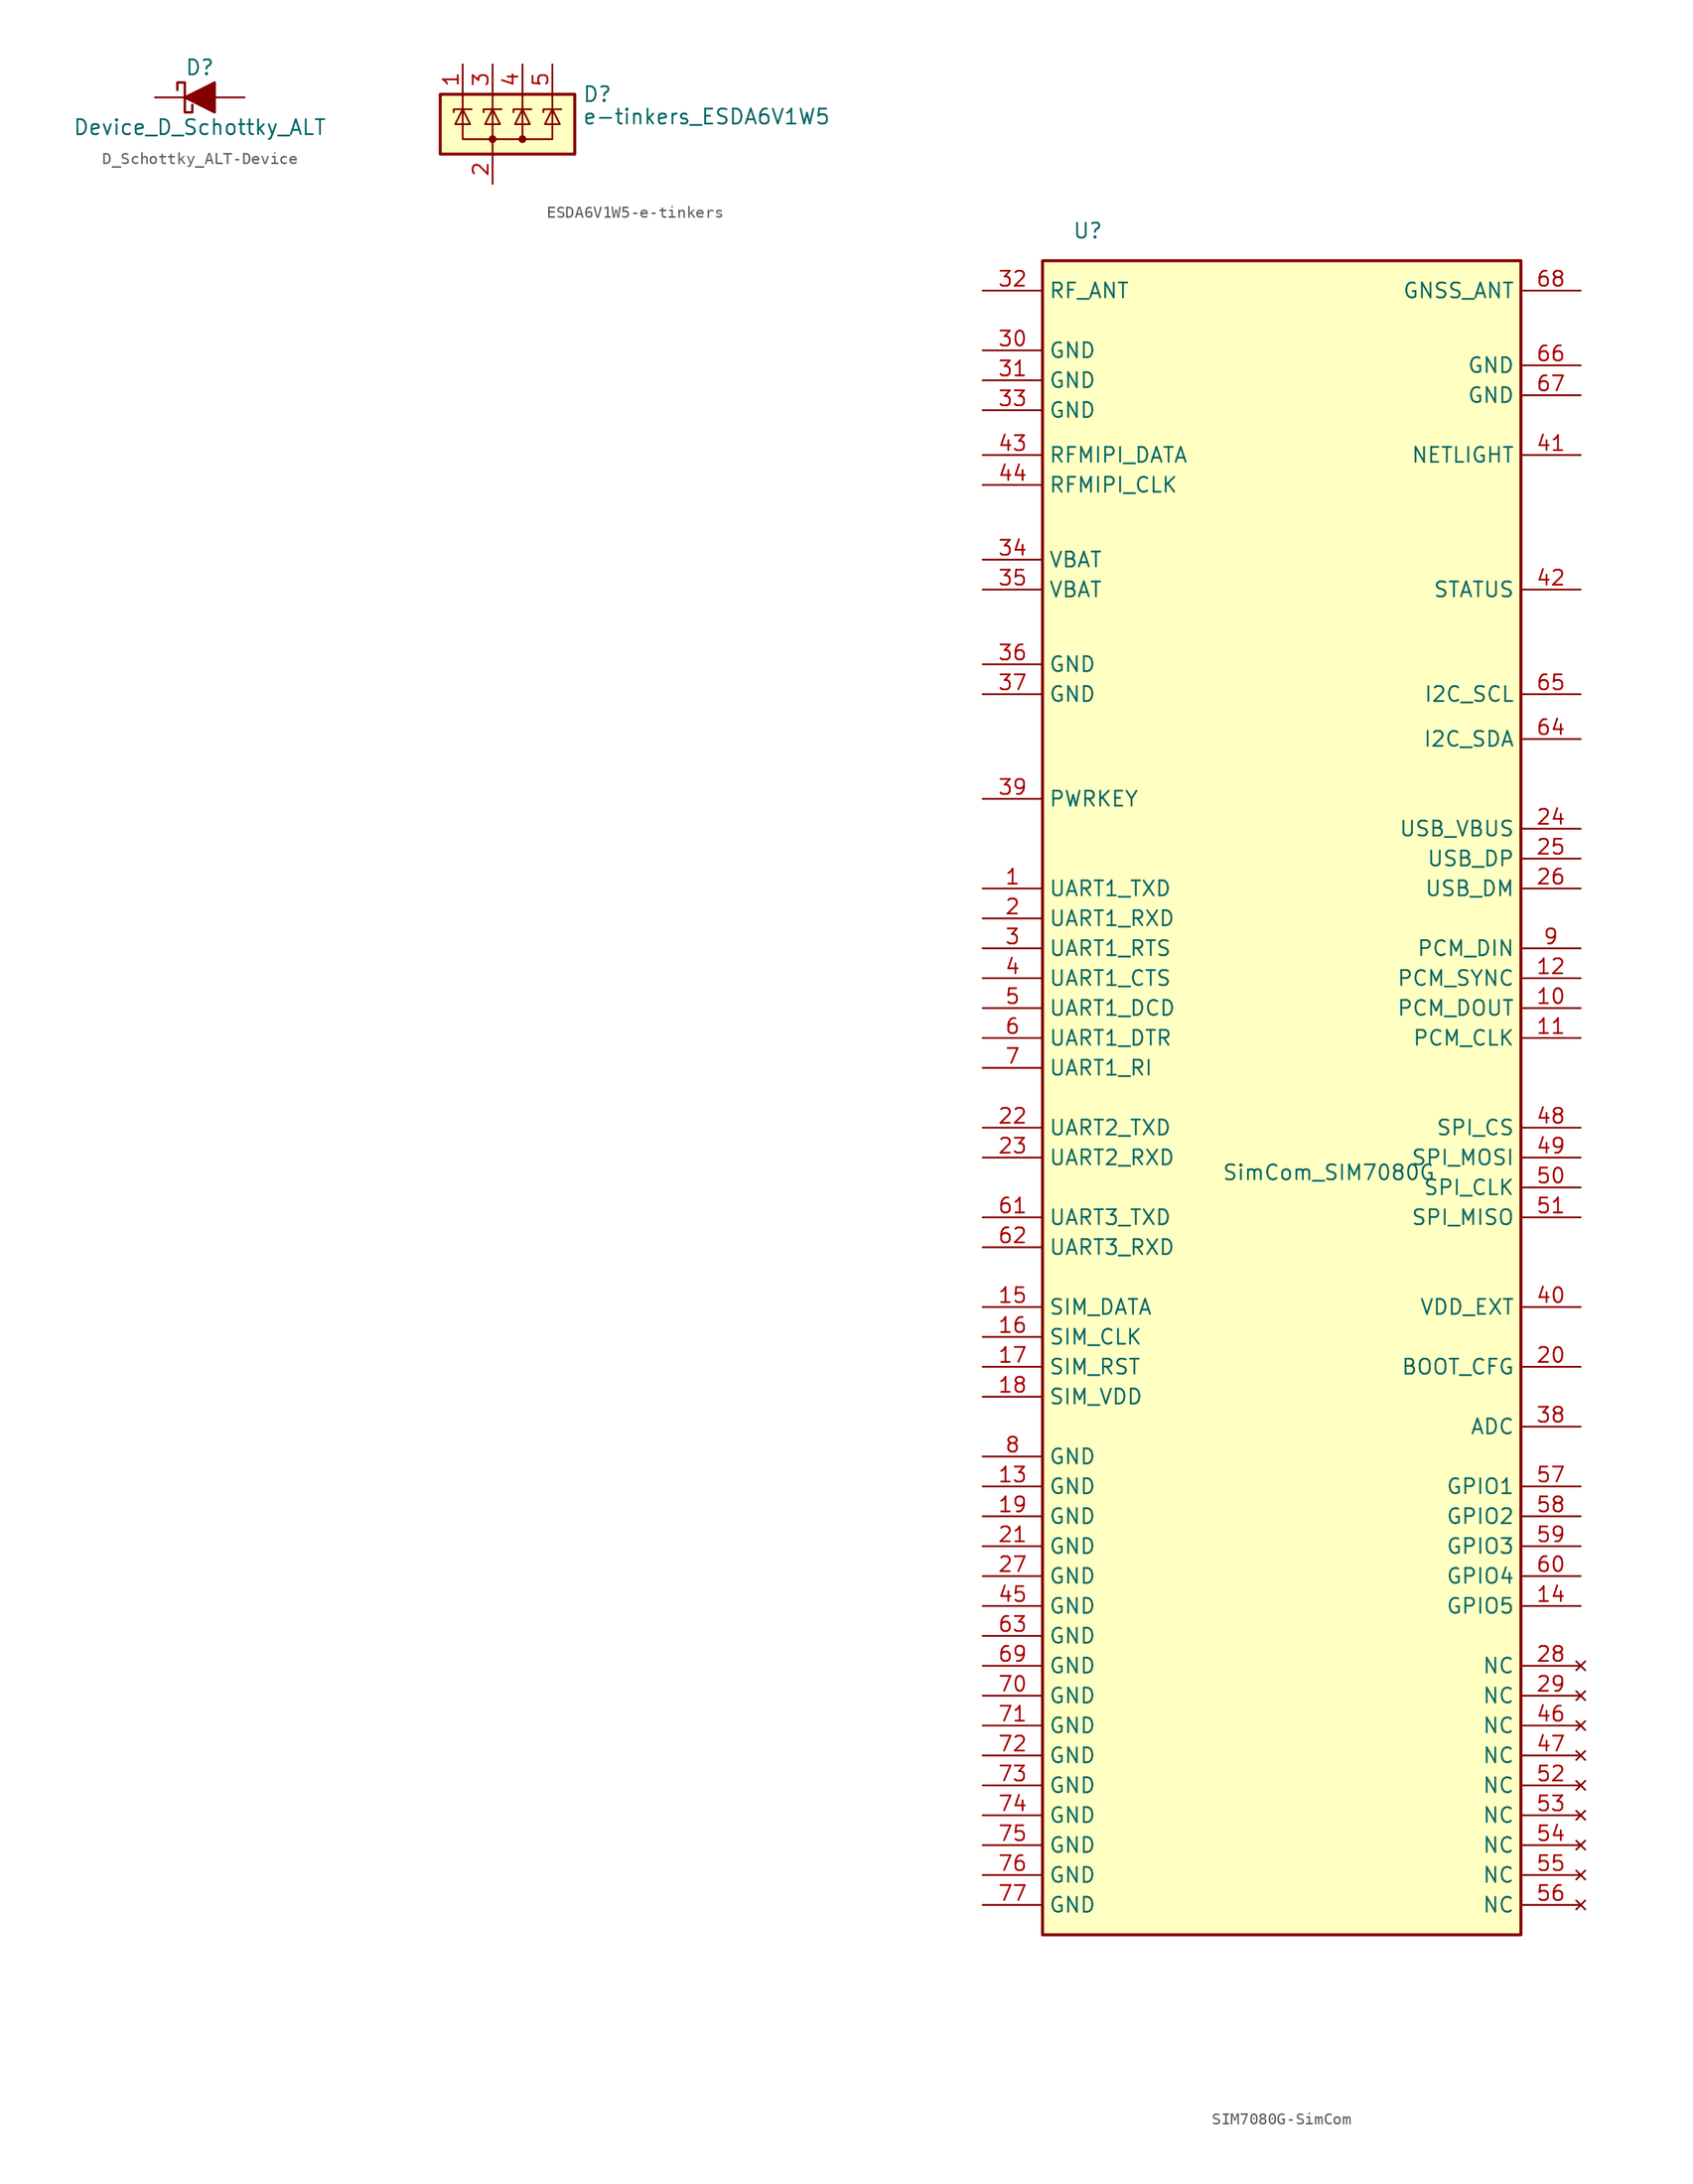
<source format=kicad_sym>
(kicad_symbol_lib
  (version 20220914)
  (generator kicad_symbol_editor)
  (symbol "D_Schottky_ALT-Device"
    (pin_numbers hide)
    (pin_names
      (offset 1.016) hide)
    (property "Reference" "D"
      (at 0 2.54 0)
      (effects (font (size 1.27 1.27))))
    (property "Value" "Device_D_Schottky_ALT"
      (at 0 -2.54 0)
      (effects (font (size 1.27 1.27))))
    (symbol "D_Schottky_ALT-Device_0_1"
      (polyline (pts (xy 1.27 0) (xy -1.27 0)) (stroke (width 0) (type solid)) (fill (type none)))
      (polyline (pts (xy 1.27 1.27) (xy 1.27 -1.27) (xy -1.27 0) (xy 1.27 1.27)) (stroke (width 0.203) (type solid)) (fill (type outline)))
      (polyline (pts (xy -1.905 0.635) (xy -1.905 1.27) (xy -1.27 1.27) (xy -1.27 -1.27) (xy -0.635 -1.27) (xy -0.635 -0.635)) (stroke (width 0.203) (type solid)) (fill (type none))))
    (symbol "D_Schottky_ALT-Device_1_1"
      (pin passive line (at -3.81 0 0) (length 2.54) (name "K" (effects (font (size 1.27 1.27)))) (number "1" (effects (font (size 1.27 1.27)))))
      (pin passive line (at 3.81 0 180) (length 2.54) (name "A" (effects (font (size 1.27 1.27)))) (number "2" (effects (font (size 1.27 1.27)))))))
  (symbol "ESDA6V1W5-e-tinkers"
    (pin_names hide)
    (property "Reference" "D"
      (at 7.62 2.54 0)
      (effects (font (size 1.27 1.27)) (justify left)))
    (property "Value" "e-tinkers_ESDA6V1W5"
      (at 7.62 0.635 0)
      (effects (font (size 1.27 1.27)) (justify left)))
    (symbol "ESDA6V1W5-e-tinkers_0_0"
      (pin passive line (at 0 -5.08 90) (length 2.54) (name "A" (effects (font (size 1.27 1.27)))) (number "2" (effects (font (size 1.27 1.27))))))
    (symbol "ESDA6V1W5-e-tinkers_0_1"
      (rectangle (start -4.445 2.54) (end 6.985 -2.54) (stroke (width 0.254) (type solid)) (fill (type background)))
      (circle (center 0 -1.27) (radius 0.254) (stroke (width 0) (type solid)) (fill (type outline)))
      (polyline (pts (xy -2.54 2.54) (xy -2.54 1.27)) (stroke (width 0) (type solid)) (fill (type none)))
      (polyline (pts (xy 0 -1.27) (xy 0 -2.54)) (stroke (width 0) (type solid)) (fill (type none)))
      (polyline (pts (xy 0 -1.27) (xy 0 1.27)) (stroke (width 0) (type solid)) (fill (type none)))
      (polyline (pts (xy 0 2.54) (xy 0 1.27)) (stroke (width 0) (type solid)) (fill (type none)))
      (polyline (pts (xy 2.54 2.54) (xy 2.54 1.27)) (stroke (width 0) (type solid)) (fill (type none)))
      (polyline (pts (xy 5.08 2.54) (xy 5.08 1.27)) (stroke (width 0) (type solid)) (fill (type none)))
      (polyline (pts (xy -3.302 1.016) (xy -3.302 1.27) (xy -1.778 1.27)) (stroke (width 0) (type solid)) (fill (type none)))
      (polyline (pts (xy 0.762 1.27) (xy -0.762 1.27) (xy -0.762 1.016)) (stroke (width 0) (type solid)) (fill (type none)))
      (polyline (pts (xy 5.08 1.27) (xy 5.08 -1.27) (xy 2.54 -1.27)) (stroke (width 0) (type solid)) (fill (type none)))
      (polyline (pts (xy -2.54 1.27) (xy -2.54 -1.27) (xy 2.54 -1.27) (xy 2.54 1.27)) (stroke (width 0) (type solid)) (fill (type none)))
      (polyline (pts (xy -2.54 1.27) (xy -1.905 0) (xy -3.175 0) (xy -2.54 1.27)) (stroke (width 0) (type solid)) (fill (type none)))
      (polyline (pts (xy 0.635 0) (xy -0.635 0) (xy 0 1.27) (xy 0.635 0)) (stroke (width 0) (type solid)) (fill (type none)))
      (polyline (pts (xy 1.778 1.016) (xy 1.778 1.27) (xy 3.175 1.27) (xy 3.302 1.27)) (stroke (width 0) (type solid)) (fill (type none)))
      (polyline (pts (xy 2.54 1.27) (xy 1.905 0) (xy 3.175 0) (xy 2.54 1.27)) (stroke (width 0) (type solid)) (fill (type none)))
      (polyline (pts (xy 4.318 1.016) (xy 4.318 1.27) (xy 5.715 1.27) (xy 5.842 1.27)) (stroke (width 0) (type solid)) (fill (type none)))
      (polyline (pts (xy 5.08 1.27) (xy 4.445 0) (xy 5.715 0) (xy 5.08 1.27)) (stroke (width 0) (type solid)) (fill (type none)))
      (circle (center 2.54 -1.27) (radius 0.254) (stroke (width 0) (type solid)) (fill (type outline))))
    (symbol "ESDA6V1W5-e-tinkers_1_1"
      (pin passive line (at -2.54 5.08 270) (length 2.54) (name "K" (effects (font (size 1.27 1.27)))) (number "1" (effects (font (size 1.27 1.27)))))
      (pin passive line (at 0 5.08 270) (length 2.54) (name "K" (effects (font (size 1.27 1.27)))) (number "3" (effects (font (size 1.27 1.27)))))
      (pin passive line (at 2.54 5.08 270) (length 2.54) (name "K" (effects (font (size 1.27 1.27)))) (number "4" (effects (font (size 1.27 1.27)))))
      (pin passive line (at 5.08 5.08 270) (length 2.54) (name "K" (effects (font (size 1.27 1.27)))) (number "5" (effects (font (size 1.27 1.27)))))))
  (symbol "SIM7080G-SimCom"
    (property "Reference" "U"
      (at -17.78 78.74 0)
      (effects (font (size 1.27 1.27)) (justify left)))
    (property "Value" "SimCom_SIM7080G"
      (at -5.08 -1.27 0)
      (effects (font (size 1.27 1.27)) (justify left)))
    (symbol "SIM7080G-SimCom_0_1"
      (rectangle (start -20.32 -66.04) (end 20.32 76.2) (stroke (width 0.254) (type solid)) (fill (type background))))
    (symbol "SIM7080G-SimCom_1_1"
      (pin bidirectional line (at -25.4 22.86 0) (length 5.08) (name "UART1_TXD" (effects (font (size 1.27 1.27)))) (number "1" (effects (font (size 1.27 1.27)))))
      (pin output line (at 25.4 12.7 180) (length 5.08) (name "PCM_DOUT" (effects (font (size 1.27 1.27)))) (number "10" (effects (font (size 1.27 1.27)))))
      (pin output line (at 25.4 10.16 180) (length 5.08) (name "PCM_CLK" (effects (font (size 1.27 1.27)))) (number "11" (effects (font (size 1.27 1.27)))))
      (pin output line (at 25.4 15.24 180) (length 5.08) (name "PCM_SYNC" (effects (font (size 1.27 1.27)))) (number "12" (effects (font (size 1.27 1.27)))))
      (pin power_in line (at -25.4 -27.94 0) (length 5.08) (name "GND" (effects (font (size 1.27 1.27)))) (number "13" (effects (font (size 1.27 1.27)))))
      (pin bidirectional line (at 25.4 -38.1 180) (length 5.08) (name "GPIO5" (effects (font (size 1.27 1.27)))) (number "14" (effects (font (size 1.27 1.27)))))
      (pin bidirectional line (at -25.4 -12.7 0) (length 5.08) (name "SIM_DATA" (effects (font (size 1.27 1.27)))) (number "15" (effects (font (size 1.27 1.27)))))
      (pin bidirectional line (at -25.4 -15.24 0) (length 5.08) (name "SIM_CLK" (effects (font (size 1.27 1.27)))) (number "16" (effects (font (size 1.27 1.27)))))
      (pin bidirectional line (at -25.4 -17.78 0) (length 5.08) (name "SIM_RST" (effects (font (size 1.27 1.27)))) (number "17" (effects (font (size 1.27 1.27)))))
      (pin power_out line (at -25.4 -20.32 0) (length 5.08) (name "SIM_VDD" (effects (font (size 1.27 1.27)))) (number "18" (effects (font (size 1.27 1.27)))))
      (pin power_in line (at -25.4 -30.48 0) (length 5.08) (name "GND" (effects (font (size 1.27 1.27)))) (number "19" (effects (font (size 1.27 1.27)))))
      (pin bidirectional line (at -25.4 20.32 0) (length 5.08) (name "UART1_RXD" (effects (font (size 1.27 1.27)))) (number "2" (effects (font (size 1.27 1.27)))))
      (pin input line (at 25.4 -17.78 180) (length 5.08) (name "BOOT_CFG" (effects (font (size 1.27 1.27)))) (number "20" (effects (font (size 1.27 1.27)))))
      (pin power_in line (at -25.4 -33.02 0) (length 5.08) (name "GND" (effects (font (size 1.27 1.27)))) (number "21" (effects (font (size 1.27 1.27)))))
      (pin bidirectional line (at -25.4 2.54 0) (length 5.08) (name "UART2_TXD" (effects (font (size 1.27 1.27)))) (number "22" (effects (font (size 1.27 1.27)))))
      (pin bidirectional line (at -25.4 0 0) (length 5.08) (name "UART2_RXD" (effects (font (size 1.27 1.27)))) (number "23" (effects (font (size 1.27 1.27)))))
      (pin power_in line (at 25.4 27.94 180) (length 5.08) (name "USB_VBUS" (effects (font (size 1.27 1.27)))) (number "24" (effects (font (size 1.27 1.27)))))
      (pin bidirectional line (at 25.4 25.4 180) (length 5.08) (name "USB_DP" (effects (font (size 1.27 1.27)))) (number "25" (effects (font (size 1.27 1.27)))))
      (pin bidirectional line (at 25.4 22.86 180) (length 5.08) (name "USB_DM" (effects (font (size 1.27 1.27)))) (number "26" (effects (font (size 1.27 1.27)))))
      (pin power_in line (at -25.4 -35.56 0) (length 5.08) (name "GND" (effects (font (size 1.27 1.27)))) (number "27" (effects (font (size 1.27 1.27)))))
      (pin no_connect line (at 25.4 -43.18 180) (length 5.08) (name "NC" (effects (font (size 1.27 1.27)))) (number "28" (effects (font (size 1.27 1.27)))))
      (pin no_connect line (at 25.4 -45.72 180) (length 5.08) (name "NC" (effects (font (size 1.27 1.27)))) (number "29" (effects (font (size 1.27 1.27)))))
      (pin output line (at -25.4 17.78 0) (length 5.08) (name "UART1_RTS" (effects (font (size 1.27 1.27)))) (number "3" (effects (font (size 1.27 1.27)))))
      (pin power_in line (at -25.4 68.58 0) (length 5.08) (name "GND" (effects (font (size 1.27 1.27)))) (number "30" (effects (font (size 1.27 1.27)))))
      (pin power_in line (at -25.4 66.04 0) (length 5.08) (name "GND" (effects (font (size 1.27 1.27)))) (number "31" (effects (font (size 1.27 1.27)))))
      (pin output line (at -25.4 73.66 0) (length 5.08) (name "RF_ANT" (effects (font (size 1.27 1.27)))) (number "32" (effects (font (size 1.27 1.27)))))
      (pin power_in line (at -25.4 63.5 0) (length 5.08) (name "GND" (effects (font (size 1.27 1.27)))) (number "33" (effects (font (size 1.27 1.27)))))
      (pin power_in line (at -25.4 50.8 0) (length 5.08) (name "VBAT" (effects (font (size 1.27 1.27)))) (number "34" (effects (font (size 1.27 1.27)))))
      (pin power_in line (at -25.4 48.26 0) (length 5.08) (name "VBAT" (effects (font (size 1.27 1.27)))) (number "35" (effects (font (size 1.27 1.27)))))
      (pin power_in line (at -25.4 41.91 0) (length 5.08) (name "GND" (effects (font (size 1.27 1.27)))) (number "36" (effects (font (size 1.27 1.27)))))
      (pin power_in line (at -25.4 39.37 0) (length 5.08) (name "GND" (effects (font (size 1.27 1.27)))) (number "37" (effects (font (size 1.27 1.27)))))
      (pin input line (at 25.4 -22.86 180) (length 5.08) (name "ADC" (effects (font (size 1.27 1.27)))) (number "38" (effects (font (size 1.27 1.27)))))
      (pin input line (at -25.4 30.48 0) (length 5.08) (name "PWRKEY" (effects (font (size 1.27 1.27)))) (number "39" (effects (font (size 1.27 1.27)))))
      (pin input line (at -25.4 15.24 0) (length 5.08) (name "UART1_CTS" (effects (font (size 1.27 1.27)))) (number "4" (effects (font (size 1.27 1.27)))))
      (pin power_out line (at 25.4 -12.7 180) (length 5.08) (name "VDD_EXT" (effects (font (size 1.27 1.27)))) (number "40" (effects (font (size 1.27 1.27)))))
      (pin output line (at 25.4 59.69 180) (length 5.08) (name "NETLIGHT" (effects (font (size 1.27 1.27)))) (number "41" (effects (font (size 1.27 1.27)))))
      (pin output line (at 25.4 48.26 180) (length 5.08) (name "STATUS" (effects (font (size 1.27 1.27)))) (number "42" (effects (font (size 1.27 1.27)))))
      (pin bidirectional line (at -25.4 59.69 0) (length 5.08) (name "RFMIPI_DATA" (effects (font (size 1.27 1.27)))) (number "43" (effects (font (size 1.27 1.27)))))
      (pin bidirectional line (at -25.4 57.15 0) (length 5.08) (name "RFMIPI_CLK" (effects (font (size 1.27 1.27)))) (number "44" (effects (font (size 1.27 1.27)))))
      (pin power_in line (at -25.4 -38.1 0) (length 5.08) (name "GND" (effects (font (size 1.27 1.27)))) (number "45" (effects (font (size 1.27 1.27)))))
      (pin no_connect line (at 25.4 -48.26 180) (length 5.08) (name "NC" (effects (font (size 1.27 1.27)))) (number "46" (effects (font (size 1.27 1.27)))))
      (pin no_connect line (at 25.4 -50.8 180) (length 5.08) (name "NC" (effects (font (size 1.27 1.27)))) (number "47" (effects (font (size 1.27 1.27)))))
      (pin output line (at 25.4 2.54 180) (length 5.08) (name "SPI_CS" (effects (font (size 1.27 1.27)))) (number "48" (effects (font (size 1.27 1.27)))))
      (pin output line (at 25.4 0 180) (length 5.08) (name "SPI_MOSI" (effects (font (size 1.27 1.27)))) (number "49" (effects (font (size 1.27 1.27)))))
      (pin input line (at -25.4 12.7 0) (length 5.08) (name "UART1_DCD" (effects (font (size 1.27 1.27)))) (number "5" (effects (font (size 1.27 1.27)))))
      (pin output line (at 25.4 -2.54 180) (length 5.08) (name "SPI_CLK" (effects (font (size 1.27 1.27)))) (number "50" (effects (font (size 1.27 1.27)))))
      (pin input line (at 25.4 -5.08 180) (length 5.08) (name "SPI_MISO" (effects (font (size 1.27 1.27)))) (number "51" (effects (font (size 1.27 1.27)))))
      (pin no_connect line (at 25.4 -53.34 180) (length 5.08) (name "NC" (effects (font (size 1.27 1.27)))) (number "52" (effects (font (size 1.27 1.27)))))
      (pin no_connect line (at 25.4 -55.88 180) (length 5.08) (name "NC" (effects (font (size 1.27 1.27)))) (number "53" (effects (font (size 1.27 1.27)))))
      (pin no_connect line (at 25.4 -58.42 180) (length 5.08) (name "NC" (effects (font (size 1.27 1.27)))) (number "54" (effects (font (size 1.27 1.27)))))
      (pin no_connect line (at 25.4 -60.96 180) (length 5.08) (name "NC" (effects (font (size 1.27 1.27)))) (number "55" (effects (font (size 1.27 1.27)))))
      (pin no_connect line (at 25.4 -63.5 180) (length 5.08) (name "NC" (effects (font (size 1.27 1.27)))) (number "56" (effects (font (size 1.27 1.27)))))
      (pin bidirectional line (at 25.4 -27.94 180) (length 5.08) (name "GPIO1" (effects (font (size 1.27 1.27)))) (number "57" (effects (font (size 1.27 1.27)))))
      (pin bidirectional line (at 25.4 -30.48 180) (length 5.08) (name "GPIO2" (effects (font (size 1.27 1.27)))) (number "58" (effects (font (size 1.27 1.27)))))
      (pin bidirectional line (at 25.4 -33.02 180) (length 5.08) (name "GPIO3" (effects (font (size 1.27 1.27)))) (number "59" (effects (font (size 1.27 1.27)))))
      (pin output line (at -25.4 10.16 0) (length 5.08) (name "UART1_DTR" (effects (font (size 1.27 1.27)))) (number "6" (effects (font (size 1.27 1.27)))))
      (pin bidirectional line (at 25.4 -35.56 180) (length 5.08) (name "GPIO4" (effects (font (size 1.27 1.27)))) (number "60" (effects (font (size 1.27 1.27)))))
      (pin bidirectional line (at -25.4 -5.08 0) (length 5.08) (name "UART3_TXD" (effects (font (size 1.27 1.27)))) (number "61" (effects (font (size 1.27 1.27)))))
      (pin bidirectional line (at -25.4 -7.62 0) (length 5.08) (name "UART3_RXD" (effects (font (size 1.27 1.27)))) (number "62" (effects (font (size 1.27 1.27)))))
      (pin power_in line (at -25.4 -40.64 0) (length 5.08) (name "GND" (effects (font (size 1.27 1.27)))) (number "63" (effects (font (size 1.27 1.27)))))
      (pin bidirectional line (at 25.4 35.56 180) (length 5.08) (name "I2C_SDA" (effects (font (size 1.27 1.27)))) (number "64" (effects (font (size 1.27 1.27)))))
      (pin bidirectional line (at 25.4 39.37 180) (length 5.08) (name "I2C_SCL" (effects (font (size 1.27 1.27)))) (number "65" (effects (font (size 1.27 1.27)))))
      (pin power_in line (at 25.4 67.31 180) (length 5.08) (name "GND" (effects (font (size 1.27 1.27)))) (number "66" (effects (font (size 1.27 1.27)))))
      (pin power_in line (at 25.4 64.77 180) (length 5.08) (name "GND" (effects (font (size 1.27 1.27)))) (number "67" (effects (font (size 1.27 1.27)))))
      (pin output line (at 25.4 73.66 180) (length 5.08) (name "GNSS_ANT" (effects (font (size 1.27 1.27)))) (number "68" (effects (font (size 1.27 1.27)))))
      (pin power_in line (at -25.4 -43.18 0) (length 5.08) (name "GND" (effects (font (size 1.27 1.27)))) (number "69" (effects (font (size 1.27 1.27)))))
      (pin output line (at -25.4 7.62 0) (length 5.08) (name "UART1_RI" (effects (font (size 1.27 1.27)))) (number "7" (effects (font (size 1.27 1.27)))))
      (pin power_in line (at -25.4 -45.72 0) (length 5.08) (name "GND" (effects (font (size 1.27 1.27)))) (number "70" (effects (font (size 1.27 1.27)))))
      (pin power_in line (at -25.4 -48.26 0) (length 5.08) (name "GND" (effects (font (size 1.27 1.27)))) (number "71" (effects (font (size 1.27 1.27)))))
      (pin power_in line (at -25.4 -50.8 0) (length 5.08) (name "GND" (effects (font (size 1.27 1.27)))) (number "72" (effects (font (size 1.27 1.27)))))
      (pin power_in line (at -25.4 -53.34 0) (length 5.08) (name "GND" (effects (font (size 1.27 1.27)))) (number "73" (effects (font (size 1.27 1.27)))))
      (pin power_in line (at -25.4 -55.88 0) (length 5.08) (name "GND" (effects (font (size 1.27 1.27)))) (number "74" (effects (font (size 1.27 1.27)))))
      (pin power_in line (at -25.4 -58.42 0) (length 5.08) (name "GND" (effects (font (size 1.27 1.27)))) (number "75" (effects (font (size 1.27 1.27)))))
      (pin power_in line (at -25.4 -60.96 0) (length 5.08) (name "GND" (effects (font (size 1.27 1.27)))) (number "76" (effects (font (size 1.27 1.27)))))
      (pin power_in line (at -25.4 -63.5 0) (length 5.08) (name "GND" (effects (font (size 1.27 1.27)))) (number "77" (effects (font (size 1.27 1.27)))))
      (pin power_in line (at -25.4 -25.4 0) (length 5.08) (name "GND" (effects (font (size 1.27 1.27)))) (number "8" (effects (font (size 1.27 1.27)))))
      (pin input line (at 25.4 17.78 180) (length 5.08) (name "PCM_DIN" (effects (font (size 1.27 1.27)))) (number "9" (effects (font (size 1.27 1.27))))))))
</source>
